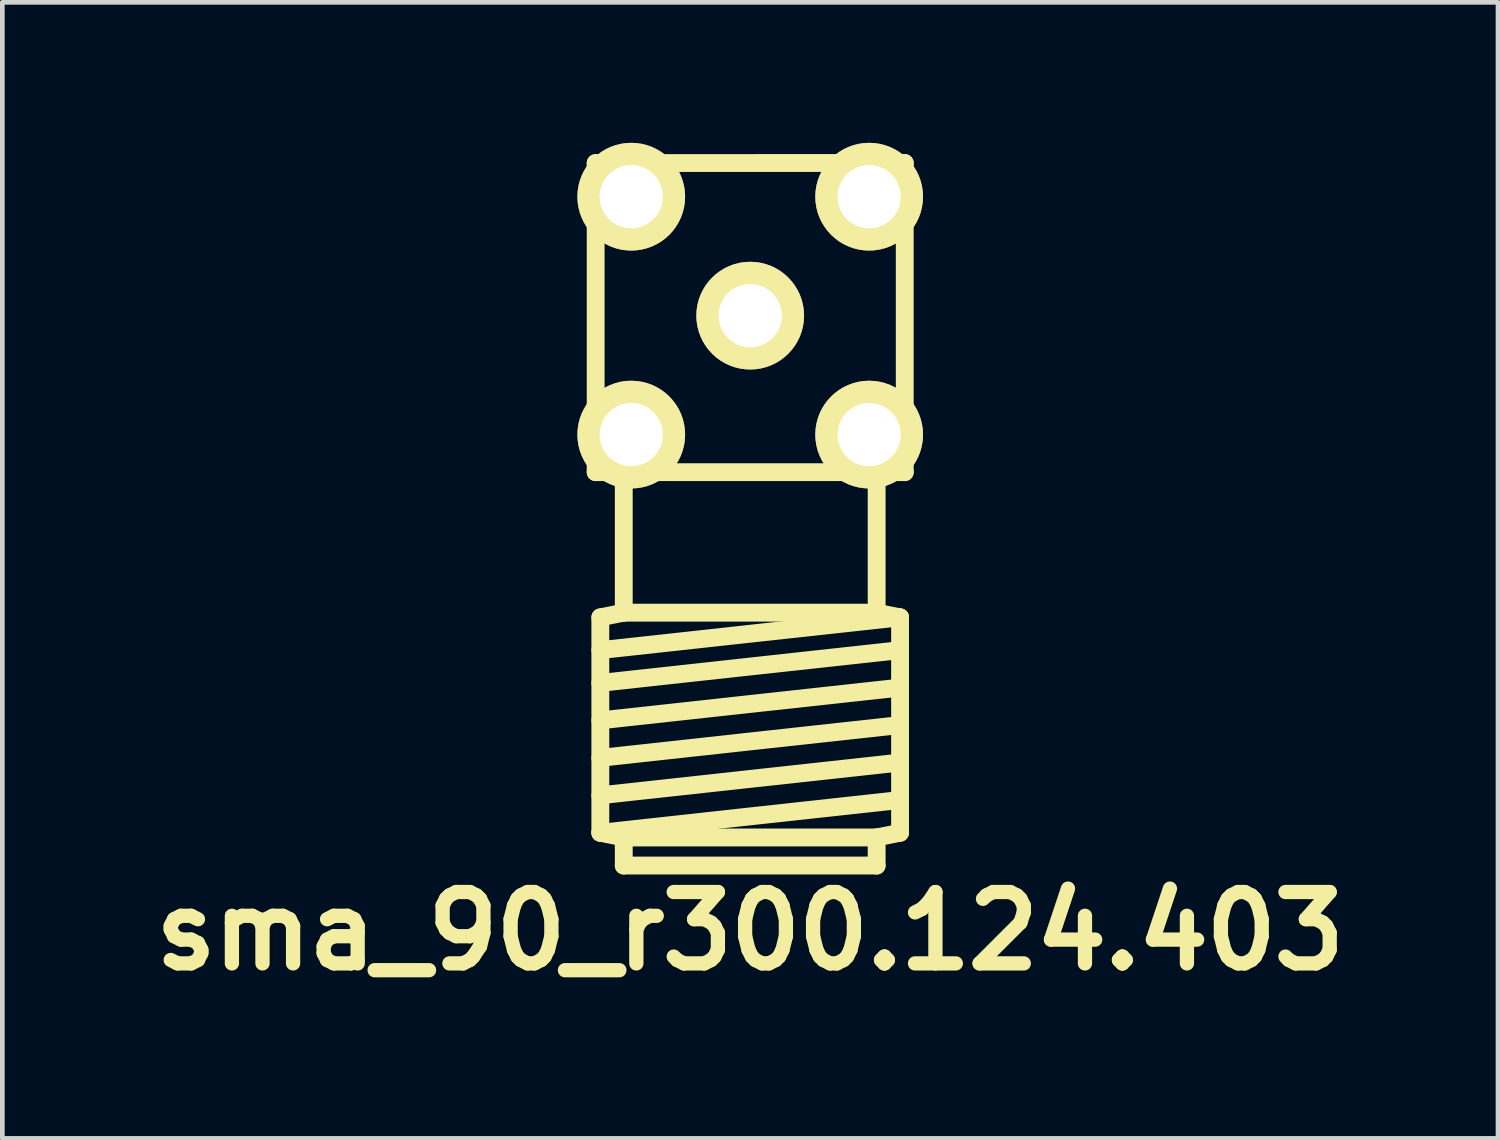
<source format=kicad_pcb>
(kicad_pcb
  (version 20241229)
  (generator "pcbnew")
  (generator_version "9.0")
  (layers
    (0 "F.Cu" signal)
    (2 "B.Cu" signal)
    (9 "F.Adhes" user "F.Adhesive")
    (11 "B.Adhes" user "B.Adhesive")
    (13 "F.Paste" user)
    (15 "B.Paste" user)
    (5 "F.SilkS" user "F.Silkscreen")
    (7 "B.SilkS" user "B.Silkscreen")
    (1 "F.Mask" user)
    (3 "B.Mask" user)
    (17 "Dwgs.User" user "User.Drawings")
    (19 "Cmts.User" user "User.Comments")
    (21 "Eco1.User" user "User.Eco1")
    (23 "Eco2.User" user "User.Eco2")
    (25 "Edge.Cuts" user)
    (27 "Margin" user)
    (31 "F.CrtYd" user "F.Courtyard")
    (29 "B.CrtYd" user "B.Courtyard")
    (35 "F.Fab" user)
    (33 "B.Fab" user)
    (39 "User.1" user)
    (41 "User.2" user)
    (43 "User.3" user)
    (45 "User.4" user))
  (footprint "sma_90_r300.124.403"
    (layer "F.Cu")
    (at 12.969 7.932)
    (property "Reference" "sma_90_r300.124.403" (at 0 8.9 0) (layer "F.SilkS") (effects (font (size 1.524 1.524) (thickness 0.305))))
    (attr through_hole)
    (fp_line (start -3.3 -7.5) (end 3.3 -7.502) (stroke (width 0.381) (type solid)) (layer "F.SilkS"))
    (fp_line (start -3.3 -0.9) (end -3.3 -7.5) (stroke (width 0.381) (type solid)) (layer "F.SilkS"))
    (fp_line (start -3.2 2.2) (end -3.2 6.8) (stroke (width 0.381) (type solid)) (layer "F.SilkS"))
    (fp_line (start -3.2 2.2) (end -2.7 2.1) (stroke (width 0.381) (type solid)) (layer "F.SilkS"))
    (fp_line (start -3.2 2.9) (end 3.2 2.2) (stroke (width 0.381) (type solid)) (layer "F.SilkS"))
    (fp_line (start -3.2 3.6) (end 3.2 2.9) (stroke (width 0.381) (type solid)) (layer "F.SilkS"))
    (fp_line (start -3.2 4.4) (end 3.2 3.7) (stroke (width 0.381) (type solid)) (layer "F.SilkS"))
    (fp_line (start -3.2 5.2) (end 3.2 4.5) (stroke (width 0.381) (type solid)) (layer "F.SilkS"))
    (fp_line (start -3.2 6) (end 3.2 5.3) (stroke (width 0.381) (type solid)) (layer "F.SilkS"))
    (fp_line (start -3.2 6.8) (end -2.7 6.9) (stroke (width 0.381) (type solid)) (layer "F.SilkS"))
    (fp_line (start -3.2 6.8) (end 3.2 6.1) (stroke (width 0.381) (type solid)) (layer "F.SilkS"))
    (fp_line (start -2.7 2.1) (end -2.7 -0.9) (stroke (width 0.381) (type solid)) (layer "F.SilkS"))
    (fp_line (start -2.7 2.1) (end 2.7 2.1) (stroke (width 0.381) (type solid)) (layer "F.SilkS"))
    (fp_line (start -2.7 6.9) (end 2.7 6.9) (stroke (width 0.381) (type solid)) (layer "F.SilkS"))
    (fp_line (start -2.7 7.5) (end -2.7 6.9) (stroke (width 0.381) (type solid)) (layer "F.SilkS"))
    (fp_line (start -2.7 7.5) (end 2.7 7.5) (stroke (width 0.381) (type solid)) (layer "F.SilkS"))
    (fp_line (start 2.7 -0.9) (end 2.7 2.1) (stroke (width 0.381) (type solid)) (layer "F.SilkS"))
    (fp_line (start 2.7 2.1) (end 3.2 2.2) (stroke (width 0.381) (type solid)) (layer "F.SilkS"))
    (fp_line (start 2.7 6.9) (end 3.2 6.8) (stroke (width 0.381) (type solid)) (layer "F.SilkS"))
    (fp_line (start 2.7 7.5) (end 2.7 6.9) (stroke (width 0.381) (type solid)) (layer "F.SilkS"))
    (fp_line (start 3.2 2.2) (end 3.2 6.8) (stroke (width 0.381) (type solid)) (layer "F.SilkS"))
    (fp_line (start 3.3 -7.5) (end 3.3 -0.9) (stroke (width 0.381) (type solid)) (layer "F.SilkS"))
    (fp_line (start 3.3 -0.9) (end -3.3 -0.9) (stroke (width 0.381) (type solid)) (layer "F.SilkS"))
    (pad "1" thru_hole circle (at 0 -4.242) (size 2.3 2.3) (drill 1.35) (layers "*.Cu" "*.Mask" "F.SilkS"))
    (pad "2" thru_hole circle (at -2.54 -6.782) (size 2.3 2.3) (drill 1.35) (layers "*.Cu" "*.Mask" "F.SilkS"))
    (pad "2" thru_hole circle (at -2.54 -1.702) (size 2.3 2.3) (drill 1.35) (layers "*.Cu" "*.Mask" "F.SilkS"))
    (pad "2" thru_hole circle (at 2.54 -6.782) (size 2.3 2.3) (drill 1.35) (layers "*.Cu" "*.Mask" "F.SilkS"))
    (pad "2" thru_hole circle (at 2.54 -1.702) (size 2.3 2.3) (drill 1.35) (layers "*.Cu" "*.Mask" "F.SilkS")))
  (gr_rect
    (start -3 -3)
    (end 28.937 21.258)
    (stroke (width 0.1) (type default))
    (fill no)
    (layer "Edge.Cuts")))
</source>
